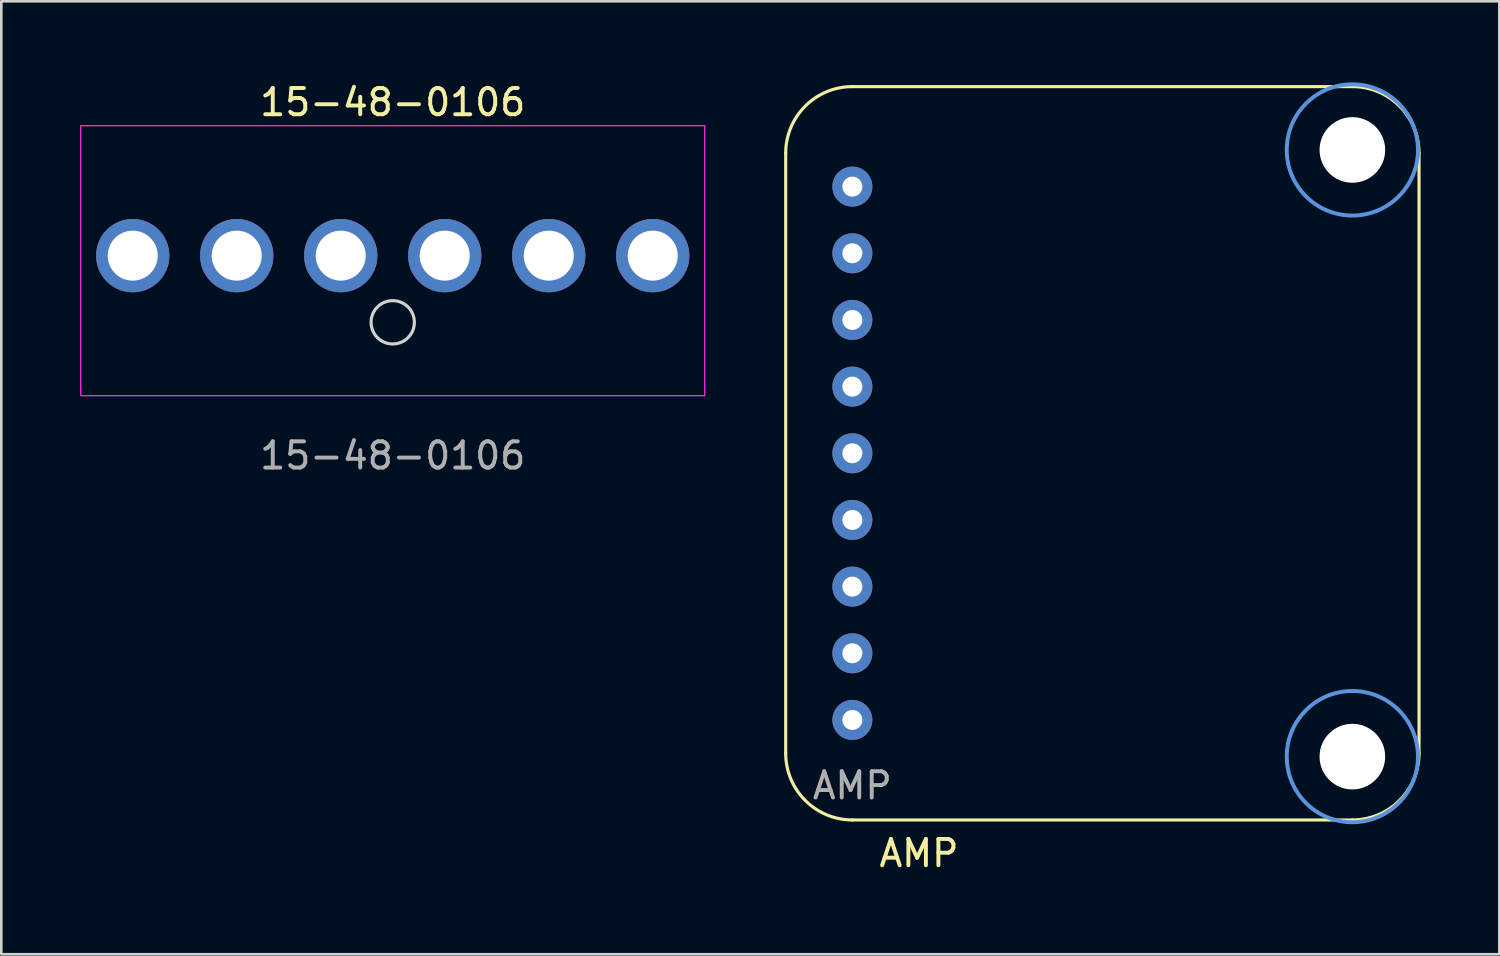
<source format=kicad_pcb>
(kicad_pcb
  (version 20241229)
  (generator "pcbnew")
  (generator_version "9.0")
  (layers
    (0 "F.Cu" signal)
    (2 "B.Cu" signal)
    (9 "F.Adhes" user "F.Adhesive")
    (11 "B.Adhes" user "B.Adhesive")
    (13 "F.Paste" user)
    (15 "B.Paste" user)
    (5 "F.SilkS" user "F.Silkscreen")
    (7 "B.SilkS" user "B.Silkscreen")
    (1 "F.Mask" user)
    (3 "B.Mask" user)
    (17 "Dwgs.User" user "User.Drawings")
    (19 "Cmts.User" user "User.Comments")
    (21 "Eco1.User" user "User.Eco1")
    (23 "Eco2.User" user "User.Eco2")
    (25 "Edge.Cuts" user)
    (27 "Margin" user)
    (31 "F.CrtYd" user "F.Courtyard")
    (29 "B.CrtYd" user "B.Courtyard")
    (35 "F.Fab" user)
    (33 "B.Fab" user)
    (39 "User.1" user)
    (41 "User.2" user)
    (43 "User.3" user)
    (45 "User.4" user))
  (footprint "AMP"
    (layer "F.Cu")
    (at 29.425 0.25)
    (property "Reference" "AMP" (at 2.54 29.21 0) (unlocked yes) (layer "F.SilkS") (effects (font (size 1 1) (thickness 0.15))))
    (attr through_hole)
    (fp_line (start -2.54 25.4) (end -2.54 2.54) (stroke (width 0.12) (type default)) (layer "F.SilkS"))
    (fp_line (start 0 0) (end 19.05 0) (stroke (width 0.12) (type default)) (layer "F.SilkS"))
    (fp_line (start 19.05 27.94) (end 0 27.94) (stroke (width 0.12) (type default)) (layer "F.SilkS"))
    (fp_line (start 21.59 2.54) (end 21.59 25.4) (stroke (width 0.12) (type default)) (layer "F.SilkS"))
    (fp_arc (start -2.54 2.54) (mid -1.796051 0.743949) (end 0 0) (stroke (width 0.12) (type default)) (layer "F.SilkS"))
    (fp_arc (start 0 27.94) (mid -1.796051 27.196051) (end -2.54 25.4) (stroke (width 0.12) (type default)) (layer "F.SilkS"))
    (fp_arc (start 19.05 0) (mid 20.846051 0.743949) (end 21.59 2.54) (stroke (width 0.12) (type default)) (layer "F.SilkS"))
    (fp_arc (start 21.59 25.4) (mid 20.846051 27.196051) (end 19.05 27.94) (stroke (width 0.12) (type default)) (layer "F.SilkS"))
    (fp_circle (center 19.05 2.413) (end 21.55 2.413) (stroke (width 0.15) (type solid)) (fill no) (layer "Cmts.User"))
    (fp_circle (center 19.05 25.527) (end 21.55 25.527) (stroke (width 0.15) (type solid)) (fill no) (layer "Cmts.User"))
    (fp_text user "${REFERENCE}" (at 0 26.63 0) (unlocked yes) (layer "F.Fab") (effects (font (size 1 1) (thickness 0.15))))
    (pad "" np_thru_hole circle (at 19.05 2.413) (size 2.5 2.5) (drill 2.5) (layers "*.Cu" "*.Mask"))
    (pad "" np_thru_hole circle (at 19.05 25.527) (size 2.5 2.5) (drill 2.5) (layers "*.Cu" "*.Mask"))
    (pad "1" thru_hole circle (at 0 3.81) (size 1.524 1.524) (drill 0.762) (layers "*.Cu" "*.Mask"))
    (pad "2" thru_hole circle (at 0 6.35) (size 1.524 1.524) (drill 0.762) (layers "*.Cu" "*.Mask"))
    (pad "3" thru_hole circle (at 0 8.89) (size 1.524 1.524) (drill 0.762) (layers "*.Cu" "*.Mask"))
    (pad "4" thru_hole circle (at 0 11.43) (size 1.524 1.524) (drill 0.762) (layers "*.Cu" "*.Mask"))
    (pad "5" thru_hole circle (at 0 13.97) (size 1.524 1.524) (drill 0.762) (layers "*.Cu" "*.Mask"))
    (pad "6" thru_hole circle (at 0 16.51) (size 1.524 1.524) (drill 0.762) (layers "*.Cu" "*.Mask"))
    (pad "7" thru_hole circle (at 0 19.05) (size 1.524 1.524) (drill 0.762) (layers "*.Cu" "*.Mask"))
    (pad "8" thru_hole circle (at 0 21.59) (size 1.524 1.524) (drill 0.762) (layers "*.Cu" "*.Mask"))
    (pad "9" thru_hole circle (at 0 24.13) (size 1.524 1.524) (drill 0.762) (layers "*.Cu" "*.Mask"))
    (zone (net_name "") (layer "F.Cu") (hatch edge 0.5) (connect_pads) (min_thickness 0.25) (filled_areas_thickness no) (keepout (tracks not_allowed) (vias not_allowed) (pads not_allowed) (copperpour allowed) (footprints allowed)) (placement (enabled no)) (fill) (polygon (pts (xy 44.665 7.108) (xy 44.665 21.586) (xy 48.729 21.586) (xy 48.729 7.108)))))
  (footprint "15-48-0106"
    (layer "F.Cu")
    (at 21.819 6.69)
    (property "Reference" "15-48-0106" (at -9.906 -5.842 0) (unlocked yes) (layer "F.SilkS") (effects (font (size 1 1) (thickness 0.15))))
    (attr through_hole)
    (fp_circle (center -9.906 2.54) (end -9.081 2.54) (stroke (width 0.12) (type default)) (fill no) (layer "Edge.Cuts"))
    (fp_rect (start -21.793 -4.953) (end 1.981 5.334) (stroke (width 0.051) (type default)) (fill no) (layer "F.CrtYd"))
    (fp_text user "${REFERENCE}" (at -9.906 7.62 0) (unlocked yes) (layer "F.Fab") (effects (font (size 1 1) (thickness 0.15))))
    (pad "1" thru_hole circle (at 0 0) (size 2.794 2.794) (drill 1.905) (layers "*.Cu" "*.Mask"))
    (pad "2" thru_hole circle (at -3.962 0) (size 2.794 2.794) (drill 1.905) (layers "*.Cu" "*.Mask"))
    (pad "3" thru_hole circle (at -7.925 0) (size 2.794 2.794) (drill 1.905) (layers "*.Cu" "*.Mask"))
    (pad "4" thru_hole circle (at -11.887 0) (size 2.794 2.794) (drill 1.905) (layers "*.Cu" "*.Mask"))
    (pad "5" thru_hole circle (at -15.85 0) (size 2.794 2.794) (drill 1.905) (layers "*.Cu" "*.Mask"))
    (pad "6" thru_hole circle (at -19.812 0) (size 2.794 2.794) (drill 1.905) (layers "*.Cu" "*.Mask")))
  (gr_rect
    (start -3 -3)
    (end 54.075 33.308)
    (stroke (width 0.1) (type default))
    (fill no)
    (layer "Edge.Cuts")))
</source>
